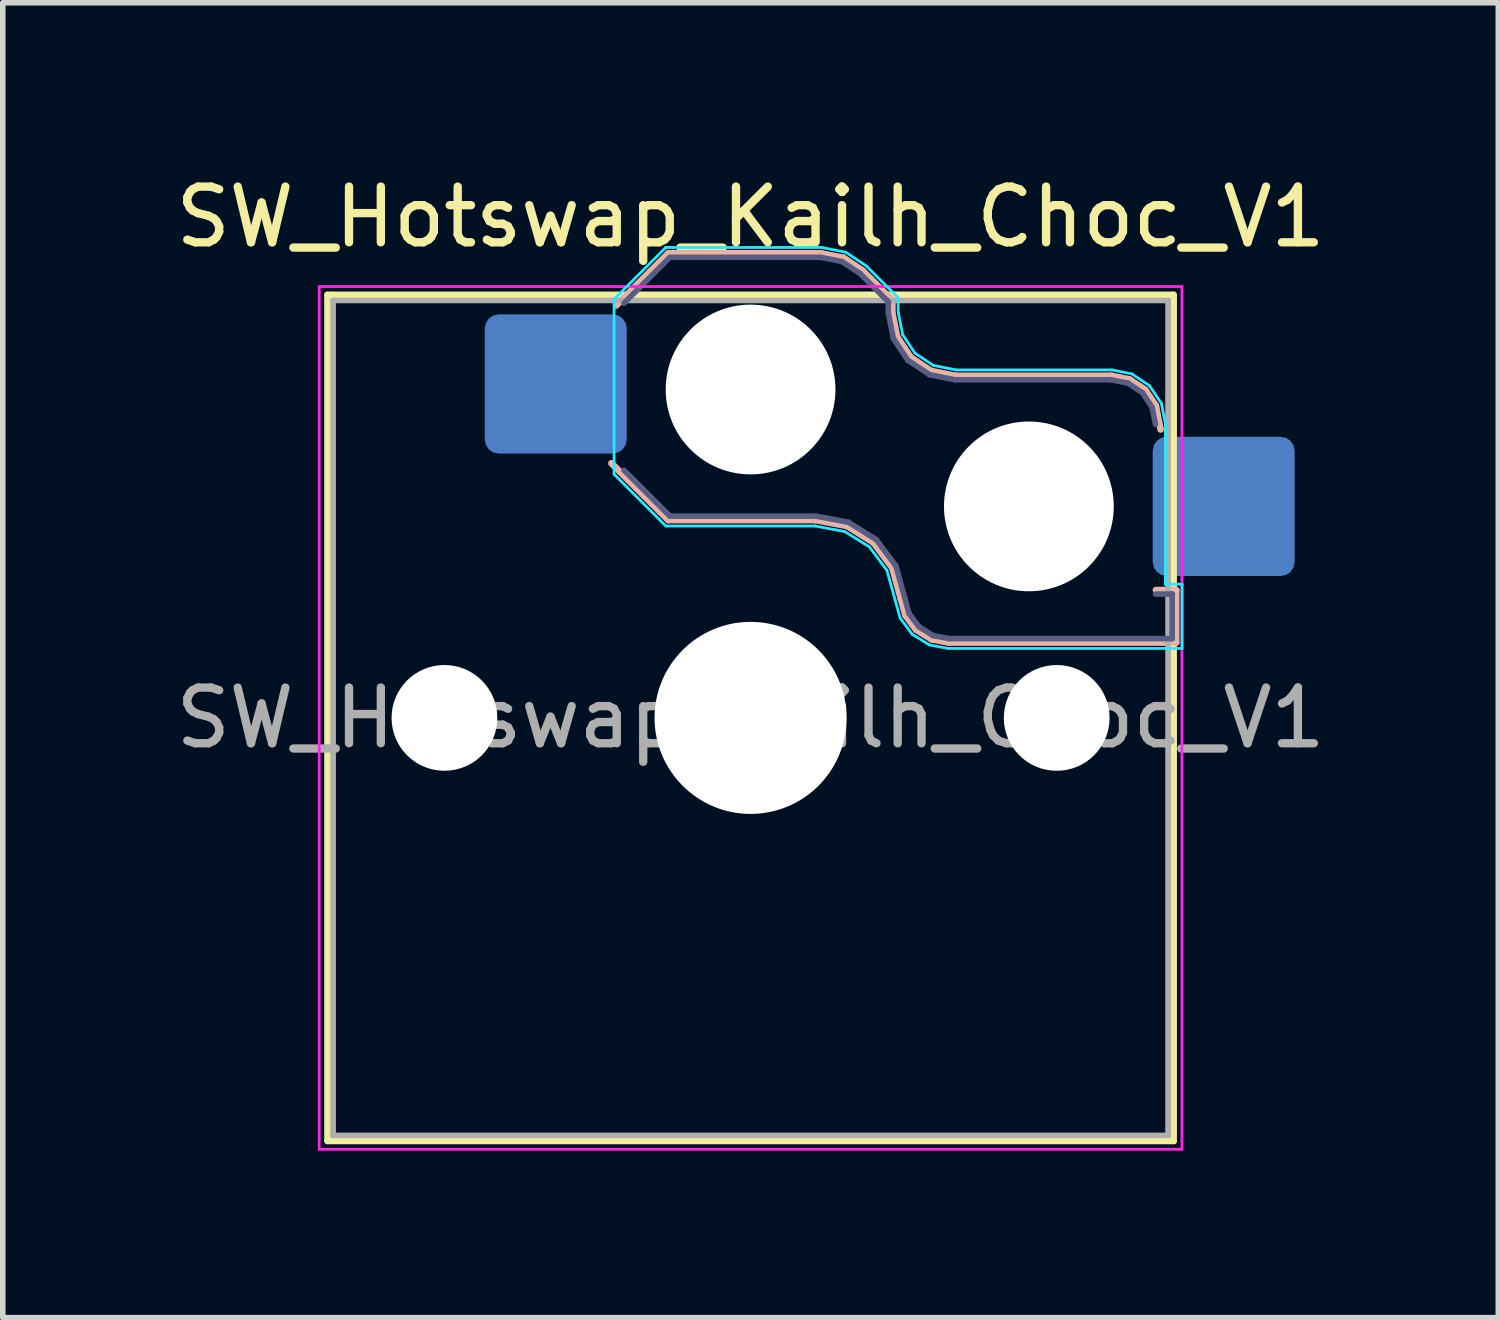
<source format=kicad_pcb>
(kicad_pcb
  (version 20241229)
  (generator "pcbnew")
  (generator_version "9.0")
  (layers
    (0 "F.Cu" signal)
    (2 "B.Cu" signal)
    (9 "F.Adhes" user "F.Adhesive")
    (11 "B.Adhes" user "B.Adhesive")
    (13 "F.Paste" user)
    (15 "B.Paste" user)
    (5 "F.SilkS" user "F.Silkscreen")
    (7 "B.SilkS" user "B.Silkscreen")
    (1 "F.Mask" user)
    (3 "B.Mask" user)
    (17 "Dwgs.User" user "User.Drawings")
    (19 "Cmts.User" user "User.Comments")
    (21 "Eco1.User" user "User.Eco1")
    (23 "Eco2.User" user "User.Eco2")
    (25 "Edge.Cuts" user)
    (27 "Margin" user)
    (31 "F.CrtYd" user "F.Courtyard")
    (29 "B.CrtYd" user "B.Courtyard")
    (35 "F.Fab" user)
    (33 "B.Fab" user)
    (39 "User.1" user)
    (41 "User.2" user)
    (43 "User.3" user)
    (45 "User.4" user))
  (footprint "SW_Hotswap_Kailh_Choc_V1"
    (layer "F.Cu")
    (at 10.435 9.848)
    (property "Reference" "SW_Hotswap_Kailh_Choc_V1" (at 0 -9 0) (layer "F.SilkS") (effects (font (size 1 1) (thickness 0.15))))
    (attr smd)
    (fp_line (start -7.6 -7.6) (end -7.6 7.6) (stroke (width 0.12) (type solid)) (layer "F.SilkS"))
    (fp_line (start -7.6 7.6) (end 7.6 7.6) (stroke (width 0.12) (type solid)) (layer "F.SilkS"))
    (fp_line (start 7.6 -7.6) (end -7.6 -7.6) (stroke (width 0.12) (type solid)) (layer "F.SilkS"))
    (fp_line (start 7.6 7.6) (end 7.6 -7.6) (stroke (width 0.12) (type solid)) (layer "F.SilkS"))
    (fp_line (start -2.416 -7.409) (end -1.479 -8.346) (stroke (width 0.12) (type solid)) (layer "B.SilkS"))
    (fp_line (start -1.479 -8.346) (end 1.268 -8.346) (stroke (width 0.12) (type solid)) (layer "B.SilkS"))
    (fp_line (start -1.479 -3.554) (end -2.5 -4.575) (stroke (width 0.12) (type solid)) (layer "B.SilkS"))
    (fp_line (start 1.168 -3.554) (end -1.479 -3.554) (stroke (width 0.12) (type solid)) (layer "B.SilkS"))
    (fp_line (start 1.268 -8.346) (end 1.671 -8.266) (stroke (width 0.12) (type solid)) (layer "B.SilkS"))
    (fp_line (start 1.671 -8.266) (end 2.013 -8.037) (stroke (width 0.12) (type solid)) (layer "B.SilkS"))
    (fp_line (start 1.73 -3.449) (end 1.168 -3.554) (stroke (width 0.12) (type solid)) (layer "B.SilkS"))
    (fp_line (start 2.013 -8.037) (end 2.546 -7.504) (stroke (width 0.12) (type solid)) (layer "B.SilkS"))
    (fp_line (start 2.209 -3.15) (end 1.73 -3.449) (stroke (width 0.12) (type solid)) (layer "B.SilkS"))
    (fp_line (start 2.546 -7.504) (end 2.546 -7.282) (stroke (width 0.12) (type solid)) (layer "B.SilkS"))
    (fp_line (start 2.546 -7.282) (end 2.633 -6.844) (stroke (width 0.12) (type solid)) (layer "B.SilkS"))
    (fp_line (start 2.547 -2.697) (end 2.209 -3.15) (stroke (width 0.12) (type solid)) (layer "B.SilkS"))
    (fp_line (start 2.633 -6.844) (end 2.877 -6.477) (stroke (width 0.12) (type solid)) (layer "B.SilkS"))
    (fp_line (start 2.701 -2.139) (end 2.547 -2.697) (stroke (width 0.12) (type solid)) (layer "B.SilkS"))
    (fp_line (start 2.783 -1.841) (end 2.701 -2.139) (stroke (width 0.12) (type solid)) (layer "B.SilkS"))
    (fp_line (start 2.877 -6.477) (end 3.244 -6.233) (stroke (width 0.12) (type solid)) (layer "B.SilkS"))
    (fp_line (start 2.976 -1.583) (end 2.783 -1.841) (stroke (width 0.12) (type solid)) (layer "B.SilkS"))
    (fp_line (start 3.244 -6.233) (end 3.682 -6.146) (stroke (width 0.12) (type solid)) (layer "B.SilkS"))
    (fp_line (start 3.25 -1.413) (end 2.976 -1.583) (stroke (width 0.12) (type solid)) (layer "B.SilkS"))
    (fp_line (start 3.56 -1.354) (end 3.25 -1.413) (stroke (width 0.12) (type solid)) (layer "B.SilkS"))
    (fp_line (start 3.682 -6.146) (end 6.482 -6.146) (stroke (width 0.12) (type solid)) (layer "B.SilkS"))
    (fp_line (start 6.482 -6.146) (end 6.809 -6.081) (stroke (width 0.12) (type solid)) (layer "B.SilkS"))
    (fp_line (start 6.809 -6.081) (end 7.092 -5.892) (stroke (width 0.12) (type solid)) (layer "B.SilkS"))
    (fp_line (start 7.092 -5.892) (end 7.281 -5.609) (stroke (width 0.12) (type solid)) (layer "B.SilkS"))
    (fp_line (start 7.281 -5.609) (end 7.366 -5.182) (stroke (width 0.12) (type solid)) (layer "B.SilkS"))
    (fp_line (start 7.283 -2.296) (end 7.646 -2.296) (stroke (width 0.12) (type solid)) (layer "B.SilkS"))
    (fp_line (start 7.646 -2.296) (end 7.646 -1.354) (stroke (width 0.12) (type solid)) (layer "B.SilkS"))
    (fp_line (start 7.646 -1.354) (end 3.56 -1.354) (stroke (width 0.12) (type solid)) (layer "B.SilkS"))
    (fp_line (start -7.25 -7.25) (end -7.25 7.25) (stroke (width 0.1) (type solid)) (layer "Eco1.User"))
    (fp_line (start -7.25 7.25) (end 7.25 7.25) (stroke (width 0.1) (type solid)) (layer "Eco1.User"))
    (fp_line (start 7.25 -7.25) (end -7.25 -7.25) (stroke (width 0.1) (type solid)) (layer "Eco1.User"))
    (fp_line (start 7.25 7.25) (end 7.25 -7.25) (stroke (width 0.1) (type solid)) (layer "Eco1.User"))
    (fp_line (start -2.452 -7.523) (end -1.523 -8.452) (stroke (width 0.05) (type solid)) (layer "B.CrtYd"))
    (fp_line (start -2.452 -4.377) (end -2.452 -7.523) (stroke (width 0.05) (type solid)) (layer "B.CrtYd"))
    (fp_line (start -1.523 -8.452) (end 1.278 -8.452) (stroke (width 0.05) (type solid)) (layer "B.CrtYd"))
    (fp_line (start -1.523 -3.448) (end -2.452 -4.377) (stroke (width 0.05) (type solid)) (layer "B.CrtYd"))
    (fp_line (start 1.159 -3.448) (end -1.523 -3.448) (stroke (width 0.05) (type solid)) (layer "B.CrtYd"))
    (fp_line (start 1.278 -8.452) (end 1.712 -8.366) (stroke (width 0.05) (type solid)) (layer "B.CrtYd"))
    (fp_line (start 1.691 -3.348) (end 1.159 -3.448) (stroke (width 0.05) (type solid)) (layer "B.CrtYd"))
    (fp_line (start 1.712 -8.366) (end 2.081 -8.119) (stroke (width 0.05) (type solid)) (layer "B.CrtYd"))
    (fp_line (start 2.081 -8.119) (end 2.652 -7.548) (stroke (width 0.05) (type solid)) (layer "B.CrtYd"))
    (fp_line (start 2.136 -3.071) (end 1.691 -3.348) (stroke (width 0.05) (type solid)) (layer "B.CrtYd"))
    (fp_line (start 2.45 -2.65) (end 2.136 -3.071) (stroke (width 0.05) (type solid)) (layer "B.CrtYd"))
    (fp_line (start 2.599 -2.111) (end 2.45 -2.65) (stroke (width 0.05) (type solid)) (layer "B.CrtYd"))
    (fp_line (start 2.652 -7.548) (end 2.652 -7.292) (stroke (width 0.05) (type solid)) (layer "B.CrtYd"))
    (fp_line (start 2.652 -7.292) (end 2.733 -6.885) (stroke (width 0.05) (type solid)) (layer "B.CrtYd"))
    (fp_line (start 2.687 -1.794) (end 2.599 -2.111) (stroke (width 0.05) (type solid)) (layer "B.CrtYd"))
    (fp_line (start 2.733 -6.885) (end 2.953 -6.553) (stroke (width 0.05) (type solid)) (layer "B.CrtYd"))
    (fp_line (start 2.903 -1.503) (end 2.687 -1.794) (stroke (width 0.05) (type solid)) (layer "B.CrtYd"))
    (fp_line (start 2.953 -6.553) (end 3.285 -6.333) (stroke (width 0.05) (type solid)) (layer "B.CrtYd"))
    (fp_line (start 3.211 -1.312) (end 2.903 -1.503) (stroke (width 0.05) (type solid)) (layer "B.CrtYd"))
    (fp_line (start 3.285 -6.333) (end 3.692 -6.252) (stroke (width 0.05) (type solid)) (layer "B.CrtYd"))
    (fp_line (start 3.55 -1.248) (end 3.211 -1.312) (stroke (width 0.05) (type solid)) (layer "B.CrtYd"))
    (fp_line (start 3.692 -6.252) (end 6.492 -6.252) (stroke (width 0.05) (type solid)) (layer "B.CrtYd"))
    (fp_line (start 6.492 -6.252) (end 6.85 -6.181) (stroke (width 0.05) (type solid)) (layer "B.CrtYd"))
    (fp_line (start 6.85 -6.181) (end 7.168 -5.968) (stroke (width 0.05) (type solid)) (layer "B.CrtYd"))
    (fp_line (start 7.168 -5.968) (end 7.381 -5.65) (stroke (width 0.05) (type solid)) (layer "B.CrtYd"))
    (fp_line (start 7.381 -5.65) (end 7.452 -5.292) (stroke (width 0.05) (type solid)) (layer "B.CrtYd"))
    (fp_line (start 7.452 -5.292) (end 7.452 -2.402) (stroke (width 0.05) (type solid)) (layer "B.CrtYd"))
    (fp_line (start 7.452 -2.402) (end 7.752 -2.402) (stroke (width 0.05) (type solid)) (layer "B.CrtYd"))
    (fp_line (start 7.752 -2.402) (end 7.752 -1.248) (stroke (width 0.05) (type solid)) (layer "B.CrtYd"))
    (fp_line (start 7.752 -1.248) (end 3.55 -1.248) (stroke (width 0.05) (type solid)) (layer "B.CrtYd"))
    (fp_line (start -7.75 -7.75) (end -7.75 7.75) (stroke (width 0.05) (type solid)) (layer "F.CrtYd"))
    (fp_line (start -7.75 7.75) (end 7.75 7.75) (stroke (width 0.05) (type solid)) (layer "F.CrtYd"))
    (fp_line (start 7.75 -7.75) (end -7.75 -7.75) (stroke (width 0.05) (type solid)) (layer "F.CrtYd"))
    (fp_line (start 7.75 7.75) (end 7.75 -7.75) (stroke (width 0.05) (type solid)) (layer "F.CrtYd"))
    (fp_line (start -2.275 -7.45) (end -1.45 -8.275) (stroke (width 0.1) (type solid)) (layer "B.Fab"))
    (fp_line (start -1.45 -8.275) (end 1.261 -8.275) (stroke (width 0.1) (type solid)) (layer "B.Fab"))
    (fp_line (start -1.45 -3.625) (end -2.275 -4.45) (stroke (width 0.1) (type solid)) (layer "B.Fab"))
    (fp_line (start 1.175 -3.625) (end -1.45 -3.625) (stroke (width 0.1) (type solid)) (layer "B.Fab"))
    (fp_line (start 1.261 -8.275) (end 1.643 -8.199) (stroke (width 0.1) (type solid)) (layer "B.Fab"))
    (fp_line (start 1.643 -8.199) (end 1.968 -7.982) (stroke (width 0.1) (type solid)) (layer "B.Fab"))
    (fp_line (start 1.756 -3.516) (end 1.175 -3.625) (stroke (width 0.1) (type solid)) (layer "B.Fab"))
    (fp_line (start 1.968 -7.982) (end 2.475 -7.475) (stroke (width 0.1) (type solid)) (layer "B.Fab"))
    (fp_line (start 2.258 -3.203) (end 1.756 -3.516) (stroke (width 0.1) (type solid)) (layer "B.Fab"))
    (fp_line (start 2.475 -7.475) (end 2.475 -7.275) (stroke (width 0.1) (type solid)) (layer "B.Fab"))
    (fp_line (start 2.475 -7.275) (end 2.566 -6.816) (stroke (width 0.1) (type solid)) (layer "B.Fab"))
    (fp_line (start 2.566 -6.816) (end 2.826 -6.426) (stroke (width 0.1) (type solid)) (layer "B.Fab"))
    (fp_line (start 2.612 -2.729) (end 2.258 -3.203) (stroke (width 0.1) (type solid)) (layer "B.Fab"))
    (fp_line (start 2.769 -2.158) (end 2.612 -2.729) (stroke (width 0.1) (type solid)) (layer "B.Fab"))
    (fp_line (start 2.826 -6.426) (end 3.216 -6.166) (stroke (width 0.1) (type solid)) (layer "B.Fab"))
    (fp_line (start 2.848 -1.873) (end 2.769 -2.158) (stroke (width 0.1) (type solid)) (layer "B.Fab"))
    (fp_line (start 3.025 -1.636) (end 2.848 -1.873) (stroke (width 0.1) (type solid)) (layer "B.Fab"))
    (fp_line (start 3.216 -6.166) (end 3.675 -6.075) (stroke (width 0.1) (type solid)) (layer "B.Fab"))
    (fp_line (start 3.276 -1.48) (end 3.025 -1.636) (stroke (width 0.1) (type solid)) (layer "B.Fab"))
    (fp_line (start 3.567 -1.425) (end 3.276 -1.48) (stroke (width 0.1) (type solid)) (layer "B.Fab"))
    (fp_line (start 3.675 -6.075) (end 6.475 -6.075) (stroke (width 0.1) (type solid)) (layer "B.Fab"))
    (fp_line (start 6.475 -6.075) (end 6.781 -6.014) (stroke (width 0.1) (type solid)) (layer "B.Fab"))
    (fp_line (start 6.781 -6.014) (end 7.041 -5.841) (stroke (width 0.1) (type solid)) (layer "B.Fab"))
    (fp_line (start 7.041 -5.841) (end 7.214 -5.581) (stroke (width 0.1) (type solid)) (layer "B.Fab"))
    (fp_line (start 7.214 -5.581) (end 7.275 -5.275) (stroke (width 0.1) (type solid)) (layer "B.Fab"))
    (fp_line (start 7.275 -2.225) (end 7.575 -2.225) (stroke (width 0.1) (type solid)) (layer "B.Fab"))
    (fp_line (start 7.575 -2.225) (end 7.575 -1.425) (stroke (width 0.1) (type solid)) (layer "B.Fab"))
    (fp_line (start 7.575 -1.425) (end 3.567 -1.425) (stroke (width 0.1) (type solid)) (layer "B.Fab"))
    (fp_line (start -7.5 -7.5) (end -7.5 7.5) (stroke (width 0.1) (type solid)) (layer "F.Fab"))
    (fp_line (start -7.5 7.5) (end 7.5 7.5) (stroke (width 0.1) (type solid)) (layer "F.Fab"))
    (fp_line (start 7.5 -7.5) (end -7.5 -7.5) (stroke (width 0.1) (type solid)) (layer "F.Fab"))
    (fp_line (start 7.5 7.5) (end 7.5 -7.5) (stroke (width 0.1) (type solid)) (layer "F.Fab"))
    (fp_text user "${REFERENCE}" (at 0 0 0) (layer "F.Fab") (effects (font (size 1 1) (thickness 0.15))))
    (pad "" np_thru_hole circle (at -5.5 0) (size 1.9 1.9) (drill 1.9) (layers "*.Cu" "*.Mask"))
    (pad "" np_thru_hole circle (at 0 -5.9) (size 3.05 3.05) (drill 3.05) (layers "*.Cu" "*.Mask"))
    (pad "" np_thru_hole circle (at 0 0) (size 3.45 3.45) (drill 3.45) (layers "*.Cu" "*.Mask"))
    (pad "" np_thru_hole circle (at 5 -3.8) (size 3.05 3.05) (drill 3.05) (layers "*.Cu" "*.Mask"))
    (pad "" np_thru_hole circle (at 5.5 0) (size 1.9 1.9) (drill 1.9) (layers "*.Cu" "*.Mask"))
    (pad "1" smd roundrect (at -3.5 -6) (size 2.55 2.5) (layers "B.Cu" "B.Mask" "B.Paste") (roundrect_rratio 0.1))
    (pad "2" smd roundrect (at 8.5 -3.8) (size 2.55 2.5) (layers "B.Cu" "B.Mask" "B.Paste") (roundrect_rratio 0.1)))
  (gr_rect
    (start -3 -3)
    (end 23.869 20.623)
    (stroke (width 0.1) (type default))
    (fill no)
    (layer "Edge.Cuts")))
</source>
